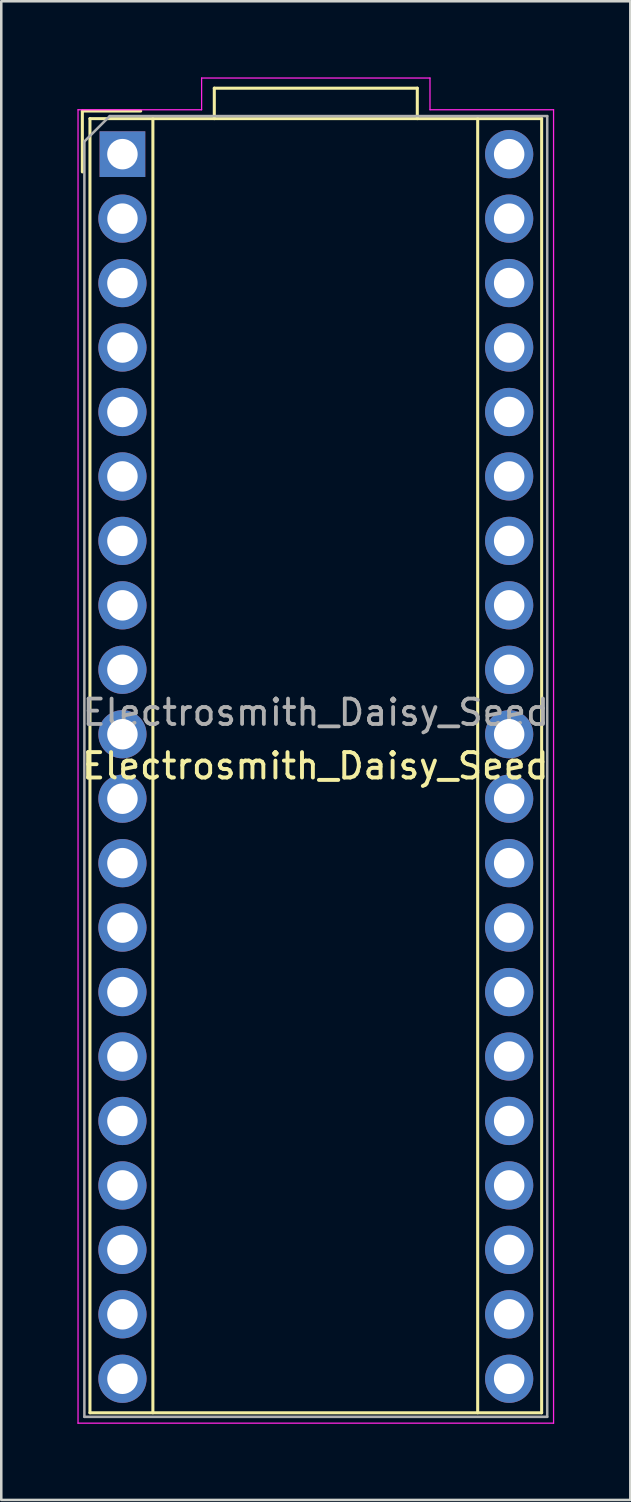
<source format=kicad_pcb>
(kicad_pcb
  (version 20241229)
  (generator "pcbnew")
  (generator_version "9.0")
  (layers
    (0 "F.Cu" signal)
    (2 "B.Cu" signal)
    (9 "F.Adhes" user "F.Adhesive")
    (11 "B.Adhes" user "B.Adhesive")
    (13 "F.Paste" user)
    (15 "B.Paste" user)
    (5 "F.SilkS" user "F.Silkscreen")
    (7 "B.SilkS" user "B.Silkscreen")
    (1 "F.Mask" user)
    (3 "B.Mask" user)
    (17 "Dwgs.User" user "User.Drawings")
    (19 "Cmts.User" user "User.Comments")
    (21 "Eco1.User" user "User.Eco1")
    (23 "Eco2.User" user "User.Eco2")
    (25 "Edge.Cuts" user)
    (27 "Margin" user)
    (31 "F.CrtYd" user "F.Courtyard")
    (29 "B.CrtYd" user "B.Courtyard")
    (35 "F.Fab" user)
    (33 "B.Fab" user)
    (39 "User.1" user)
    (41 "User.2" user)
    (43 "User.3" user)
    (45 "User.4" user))
  (footprint "Electrosmith_Daisy_Seed"
    (layer "F.Cu")
    (at 9.375 27.125)
    (property "Reference" "Electrosmith_Daisy_Seed" (at 0 0.01 0) (layer "F.SilkS") (effects (font (size 1 1) (thickness 0.154))))
    (attr through_hole)
    (fp_line (start -9.18 -25.8) (end -9.18 -23.4) (stroke (width 0.12) (type solid)) (layer "F.SilkS"))
    (fp_line (start -8.88 -25.5) (end 8.92 -25.5) (stroke (width 0.12) (type solid)) (layer "F.SilkS"))
    (fp_line (start -8.88 25.5) (end -8.88 -25.5) (stroke (width 0.12) (type solid)) (layer "F.SilkS"))
    (fp_line (start -6.88 -25.8) (end -9.18 -25.8) (stroke (width 0.12) (type solid)) (layer "F.SilkS"))
    (fp_line (start -6.4 -25.5) (end -6.4 25.5) (stroke (width 0.12) (type solid)) (layer "F.SilkS"))
    (fp_line (start -3.98 -26.7) (end 4.02 -26.7) (stroke (width 0.12) (type solid)) (layer "F.SilkS"))
    (fp_line (start -3.98 -25.5) (end -3.98 -26.7) (stroke (width 0.12) (type solid)) (layer "F.SilkS"))
    (fp_line (start 4.02 -26.7) (end 4.02 -25.5) (stroke (width 0.12) (type solid)) (layer "F.SilkS"))
    (fp_line (start 6.4 -25.5) (end 6.4 25.5) (stroke (width 0.12) (type solid)) (layer "F.SilkS"))
    (fp_line (start 8.92 -25.5) (end 8.92 25.5) (stroke (width 0.12) (type solid)) (layer "F.SilkS"))
    (fp_line (start 8.92 25.5) (end -8.88 25.5) (stroke (width 0.12) (type solid)) (layer "F.SilkS"))
    (fp_line (start -9.35 -25.85) (end -4.48 -25.85) (stroke (width 0.05) (type solid)) (layer "F.CrtYd"))
    (fp_line (start -9.35 25.91) (end -9.35 -25.85) (stroke (width 0.05) (type solid)) (layer "F.CrtYd"))
    (fp_line (start -4.48 -27.1) (end 4.52 -27.1) (stroke (width 0.05) (type solid)) (layer "F.CrtYd"))
    (fp_line (start -4.48 -25.85) (end -4.48 -27.1) (stroke (width 0.05) (type solid)) (layer "F.CrtYd"))
    (fp_line (start 4.52 -27.1) (end 4.52 -25.85) (stroke (width 0.05) (type solid)) (layer "F.CrtYd"))
    (fp_line (start 4.52 -25.85) (end 9.39 -25.85) (stroke (width 0.05) (type solid)) (layer "F.CrtYd"))
    (fp_line (start 9.39 -25.85) (end 9.39 25.91) (stroke (width 0.05) (type solid)) (layer "F.CrtYd"))
    (fp_line (start 9.39 25.91) (end -9.35 25.91) (stroke (width 0.05) (type solid)) (layer "F.CrtYd"))
    (fp_line (start -9.1 -24.6) (end -9.1 25.66) (stroke (width 0.1) (type solid)) (layer "F.Fab"))
    (fp_line (start -9.1 25.66) (end 9.14 25.66) (stroke (width 0.1) (type solid)) (layer "F.Fab"))
    (fp_line (start -8.1 -25.6) (end -9.1 -24.6) (stroke (width 0.1) (type solid)) (layer "F.Fab"))
    (fp_line (start 9.14 -25.6) (end -8.1 -25.6) (stroke (width 0.1) (type solid)) (layer "F.Fab"))
    (fp_line (start 9.14 25.66) (end 9.14 -25.6) (stroke (width 0.1) (type solid)) (layer "F.Fab"))
    (fp_text user "${REFERENCE}" (at 0.02 -2.1 0) (layer "F.Fab") (effects (font (size 1 1) (thickness 0.15))))
    (pad "1" thru_hole rect (at -7.6 -24.1) (size 1.8 1.8) (drill 1.2) (layers "*.Cu" "*.Mask"))
    (pad "2" thru_hole circle (at -7.6 -21.56) (size 1.9 1.9) (drill 1.2) (layers "*.Cu" "*.Mask"))
    (pad "3" thru_hole circle (at -7.6 -19.02) (size 1.9 1.9) (drill 1.2) (layers "*.Cu" "*.Mask"))
    (pad "4" thru_hole circle (at -7.6 -16.48) (size 1.9 1.9) (drill 1.2) (layers "*.Cu" "*.Mask"))
    (pad "5" thru_hole circle (at -7.6 -13.94) (size 1.9 1.9) (drill 1.2) (layers "*.Cu" "*.Mask"))
    (pad "6" thru_hole circle (at -7.6 -11.4) (size 1.9 1.9) (drill 1.2) (layers "*.Cu" "*.Mask"))
    (pad "7" thru_hole circle (at -7.6 -8.86) (size 1.9 1.9) (drill 1.2) (layers "*.Cu" "*.Mask"))
    (pad "8" thru_hole circle (at -7.6 -6.32) (size 1.9 1.9) (drill 1.2) (layers "*.Cu" "*.Mask"))
    (pad "9" thru_hole circle (at -7.6 -3.78) (size 1.9 1.9) (drill 1.2) (layers "*.Cu" "*.Mask"))
    (pad "10" thru_hole circle (at -7.6 -1.24) (size 1.9 1.9) (drill 1.2) (layers "*.Cu" "*.Mask"))
    (pad "11" thru_hole circle (at -7.6 1.3) (size 1.9 1.9) (drill 1.2) (layers "*.Cu" "*.Mask"))
    (pad "12" thru_hole circle (at -7.6 3.84) (size 1.9 1.9) (drill 1.2) (layers "*.Cu" "*.Mask"))
    (pad "13" thru_hole circle (at -7.6 6.38) (size 1.9 1.9) (drill 1.2) (layers "*.Cu" "*.Mask"))
    (pad "14" thru_hole circle (at -7.6 8.92) (size 1.9 1.9) (drill 1.2) (layers "*.Cu" "*.Mask"))
    (pad "15" thru_hole circle (at -7.6 11.46) (size 1.9 1.9) (drill 1.2) (layers "*.Cu" "*.Mask"))
    (pad "16" thru_hole circle (at -7.6 14) (size 1.9 1.9) (drill 1.2) (layers "*.Cu" "*.Mask"))
    (pad "17" thru_hole circle (at -7.6 16.54) (size 1.9 1.9) (drill 1.2) (layers "*.Cu" "*.Mask"))
    (pad "18" thru_hole circle (at -7.6 19.08) (size 1.9 1.9) (drill 1.2) (layers "*.Cu" "*.Mask"))
    (pad "19" thru_hole circle (at -7.6 21.62) (size 1.9 1.9) (drill 1.2) (layers "*.Cu" "*.Mask"))
    (pad "20" thru_hole circle (at -7.6 24.16) (size 1.9 1.9) (drill 1.2) (layers "*.Cu" "*.Mask"))
    (pad "21" thru_hole circle (at 7.64 24.16) (size 1.9 1.9) (drill 1.2) (layers "*.Cu" "*.Mask"))
    (pad "22" thru_hole circle (at 7.64 21.62) (size 1.9 1.9) (drill 1.2) (layers "*.Cu" "*.Mask"))
    (pad "23" thru_hole circle (at 7.64 19.08) (size 1.9 1.9) (drill 1.2) (layers "*.Cu" "*.Mask"))
    (pad "24" thru_hole circle (at 7.64 16.54) (size 1.9 1.9) (drill 1.2) (layers "*.Cu" "*.Mask"))
    (pad "25" thru_hole circle (at 7.64 14) (size 1.9 1.9) (drill 1.2) (layers "*.Cu" "*.Mask"))
    (pad "26" thru_hole circle (at 7.64 11.46) (size 1.9 1.9) (drill 1.2) (layers "*.Cu" "*.Mask"))
    (pad "27" thru_hole circle (at 7.64 8.92) (size 1.9 1.9) (drill 1.2) (layers "*.Cu" "*.Mask"))
    (pad "28" thru_hole circle (at 7.64 6.38) (size 1.9 1.9) (drill 1.2) (layers "*.Cu" "*.Mask"))
    (pad "29" thru_hole circle (at 7.64 3.84) (size 1.9 1.9) (drill 1.2) (layers "*.Cu" "*.Mask"))
    (pad "30" thru_hole circle (at 7.64 1.3) (size 1.9 1.9) (drill 1.2) (layers "*.Cu" "*.Mask"))
    (pad "31" thru_hole circle (at 7.64 -1.24) (size 1.9 1.9) (drill 1.2) (layers "*.Cu" "*.Mask"))
    (pad "32" thru_hole circle (at 7.64 -3.78) (size 1.9 1.9) (drill 1.2) (layers "*.Cu" "*.Mask"))
    (pad "33" thru_hole circle (at 7.64 -6.32) (size 1.9 1.9) (drill 1.2) (layers "*.Cu" "*.Mask"))
    (pad "34" thru_hole circle (at 7.64 -8.86) (size 1.9 1.9) (drill 1.2) (layers "*.Cu" "*.Mask"))
    (pad "35" thru_hole circle (at 7.64 -11.4) (size 1.9 1.9) (drill 1.2) (layers "*.Cu" "*.Mask"))
    (pad "36" thru_hole circle (at 7.64 -13.94) (size 1.9 1.9) (drill 1.2) (layers "*.Cu" "*.Mask"))
    (pad "37" thru_hole circle (at 7.64 -16.48) (size 1.9 1.9) (drill 1.2) (layers "*.Cu" "*.Mask"))
    (pad "38" thru_hole circle (at 7.64 -19.02) (size 1.9 1.9) (drill 1.2) (layers "*.Cu" "*.Mask"))
    (pad "39" thru_hole circle (at 7.64 -21.56) (size 1.9 1.9) (drill 1.2) (layers "*.Cu" "*.Mask"))
    (pad "40" thru_hole circle (at 7.64 -24.1) (size 1.9 1.9) (drill 1.2) (layers "*.Cu" "*.Mask")))
  (gr_rect
    (start -3 -3)
    (end 21.79 56.06)
    (stroke (width 0.1) (type default))
    (fill no)
    (layer "Edge.Cuts")))
</source>
